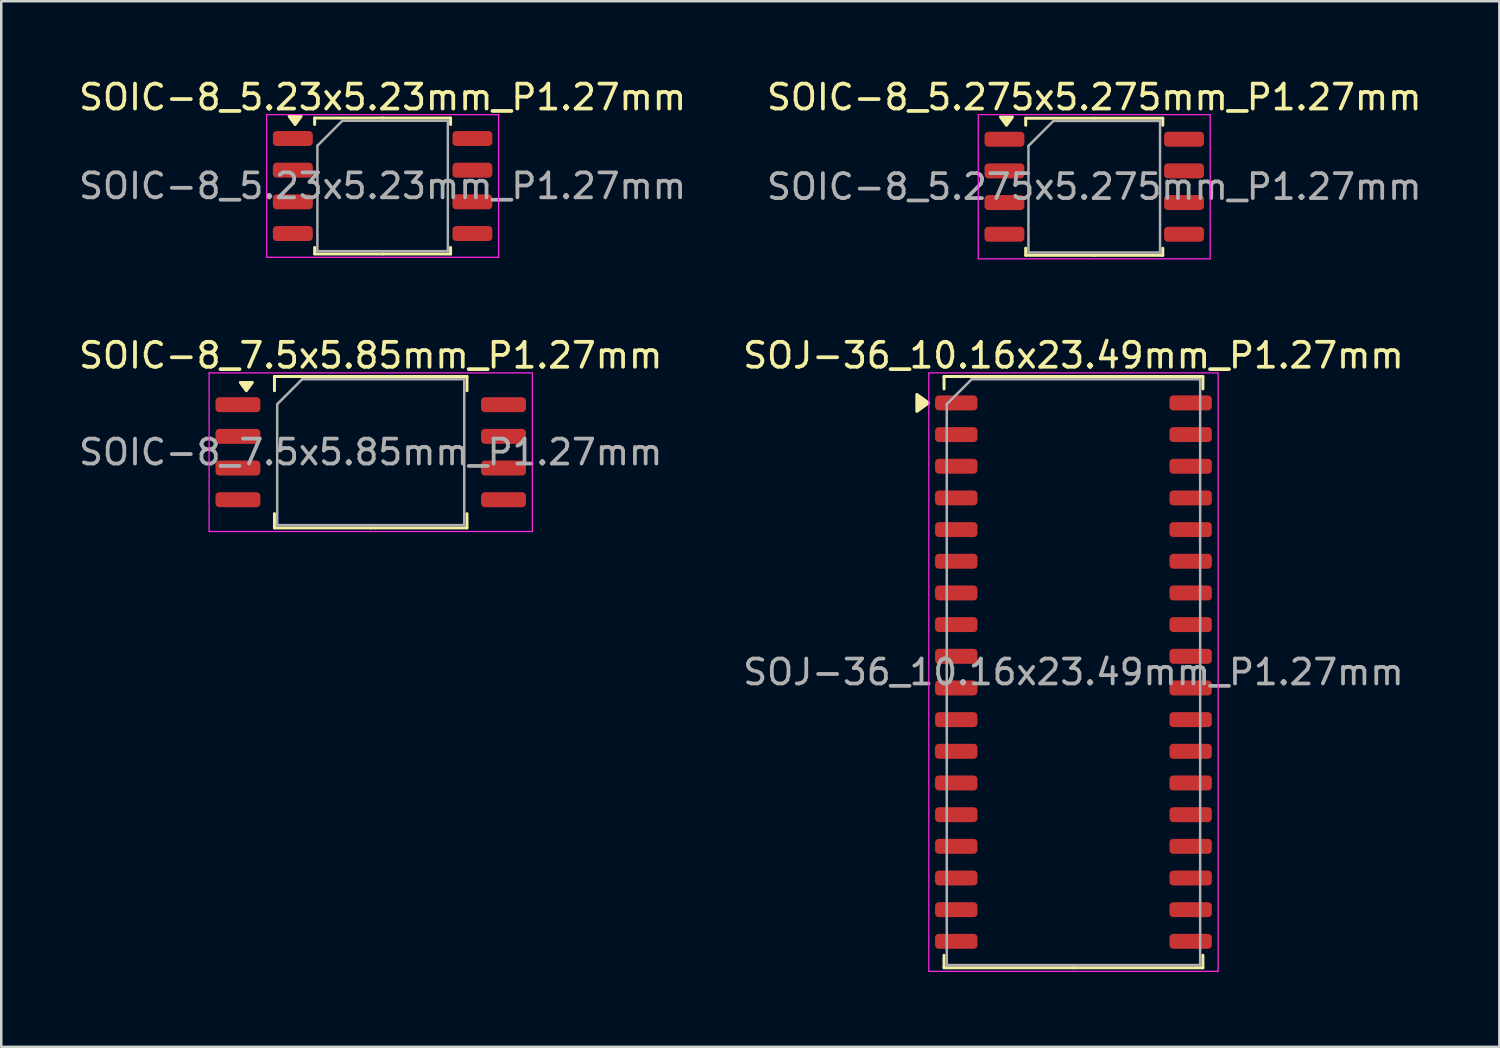
<source format=kicad_pcb>
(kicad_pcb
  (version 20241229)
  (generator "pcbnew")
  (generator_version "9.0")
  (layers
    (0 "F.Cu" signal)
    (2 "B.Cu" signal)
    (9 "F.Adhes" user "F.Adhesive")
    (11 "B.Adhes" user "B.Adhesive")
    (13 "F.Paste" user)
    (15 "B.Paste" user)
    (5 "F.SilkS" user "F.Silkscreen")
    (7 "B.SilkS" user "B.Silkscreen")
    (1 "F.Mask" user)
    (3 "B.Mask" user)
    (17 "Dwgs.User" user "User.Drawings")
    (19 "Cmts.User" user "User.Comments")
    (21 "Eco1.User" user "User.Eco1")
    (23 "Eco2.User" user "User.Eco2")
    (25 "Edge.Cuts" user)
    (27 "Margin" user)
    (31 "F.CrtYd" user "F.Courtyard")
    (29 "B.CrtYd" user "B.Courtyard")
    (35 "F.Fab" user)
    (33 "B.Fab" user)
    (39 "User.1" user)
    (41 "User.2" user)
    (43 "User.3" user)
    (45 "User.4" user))
  (footprint "SOIC-8_5.275x5.275mm_P1.27mm"
    (layer "F.Cu")
    (at 40.827 4.438)
    (property "Reference" "SOIC-8_5.275x5.275mm_P1.27mm" (at 0 -3.59 0) (layer "F.SilkS") (effects (font (size 1 1) (thickness 0.15))))
    (attr smd)
    (fp_line (start -2.748 -2.748) (end -2.748 -2.465) (stroke (width 0.12) (type solid)) (layer "F.SilkS"))
    (fp_line (start -2.748 2.748) (end -2.748 2.465) (stroke (width 0.12) (type solid)) (layer "F.SilkS"))
    (fp_line (start 0 -2.748) (end -2.748 -2.748) (stroke (width 0.12) (type solid)) (layer "F.SilkS"))
    (fp_line (start 0 -2.748) (end 2.748 -2.748) (stroke (width 0.12) (type solid)) (layer "F.SilkS"))
    (fp_line (start 0 2.748) (end -2.748 2.748) (stroke (width 0.12) (type solid)) (layer "F.SilkS"))
    (fp_line (start 0 2.748) (end 2.748 2.748) (stroke (width 0.12) (type solid)) (layer "F.SilkS"))
    (fp_line (start 2.748 -2.748) (end 2.748 -2.465) (stroke (width 0.12) (type solid)) (layer "F.SilkS"))
    (fp_line (start 2.748 2.748) (end 2.748 2.465) (stroke (width 0.12) (type solid)) (layer "F.SilkS"))
    (fp_poly (pts (xy -3.519 -2.465) (xy -3.759 -2.795) (xy -3.279 -2.795) (xy -3.519 -2.465)) (stroke (width 0.12) (type solid)) (fill yes) (layer "F.SilkS"))
    (fp_line (start -4.65 -2.89) (end -4.65 2.89) (stroke (width 0.05) (type solid)) (layer "F.CrtYd"))
    (fp_line (start -4.65 2.89) (end 4.65 2.89) (stroke (width 0.05) (type solid)) (layer "F.CrtYd"))
    (fp_line (start 4.65 -2.89) (end -4.65 -2.89) (stroke (width 0.05) (type solid)) (layer "F.CrtYd"))
    (fp_line (start 4.65 2.89) (end 4.65 -2.89) (stroke (width 0.05) (type solid)) (layer "F.CrtYd"))
    (fp_line (start -2.638 -1.637) (end -1.637 -2.638) (stroke (width 0.1) (type solid)) (layer "F.Fab"))
    (fp_line (start -2.638 2.638) (end -2.638 -1.637) (stroke (width 0.1) (type solid)) (layer "F.Fab"))
    (fp_line (start -1.637 -2.638) (end 2.638 -2.638) (stroke (width 0.1) (type solid)) (layer "F.Fab"))
    (fp_line (start 2.638 -2.638) (end 2.638 2.638) (stroke (width 0.1) (type solid)) (layer "F.Fab"))
    (fp_line (start 2.638 2.638) (end -2.638 2.638) (stroke (width 0.1) (type solid)) (layer "F.Fab"))
    (fp_text user "${REFERENCE}" (at 0 0 0) (layer "F.Fab") (effects (font (size 1 1) (thickness 0.15))))
    (pad "1" smd roundrect (at -3.6 -1.905) (size 1.6 0.6) (layers "F.Cu" "F.Mask" "F.Paste") (roundrect_rratio 0.25))
    (pad "2" smd roundrect (at -3.6 -0.635) (size 1.6 0.6) (layers "F.Cu" "F.Mask" "F.Paste") (roundrect_rratio 0.25))
    (pad "3" smd roundrect (at -3.6 0.635) (size 1.6 0.6) (layers "F.Cu" "F.Mask" "F.Paste") (roundrect_rratio 0.25))
    (pad "4" smd roundrect (at -3.6 1.905) (size 1.6 0.6) (layers "F.Cu" "F.Mask" "F.Paste") (roundrect_rratio 0.25))
    (pad "5" smd roundrect (at 3.6 1.905) (size 1.6 0.6) (layers "F.Cu" "F.Mask" "F.Paste") (roundrect_rratio 0.25))
    (pad "6" smd roundrect (at 3.6 0.635) (size 1.6 0.6) (layers "F.Cu" "F.Mask" "F.Paste") (roundrect_rratio 0.25))
    (pad "7" smd roundrect (at 3.6 -0.635) (size 1.6 0.6) (layers "F.Cu" "F.Mask" "F.Paste") (roundrect_rratio 0.25))
    (pad "8" smd roundrect (at 3.6 -1.905) (size 1.6 0.6) (layers "F.Cu" "F.Mask" "F.Paste") (roundrect_rratio 0.25)))
  (footprint "SOJ-36_10.16x23.49mm_P1.27mm"
    (layer "F.Cu")
    (at 39.994 23.901)
    (property "Reference" "SOJ-36_10.16x23.49mm_P1.27mm" (at 0 -12.7 0) (layer "F.SilkS") (effects (font (size 1 1) (thickness 0.15))))
    (attr smd)
    (fp_line (start -5.19 -11.855) (end -5.19 -11.355) (stroke (width 0.12) (type solid)) (layer "F.SilkS"))
    (fp_line (start -5.19 11.855) (end -5.19 11.355) (stroke (width 0.12) (type solid)) (layer "F.SilkS"))
    (fp_line (start 0 -11.855) (end -5.19 -11.855) (stroke (width 0.12) (type solid)) (layer "F.SilkS"))
    (fp_line (start 0 -11.855) (end 5.19 -11.855) (stroke (width 0.12) (type solid)) (layer "F.SilkS"))
    (fp_line (start 0 11.855) (end -5.19 11.855) (stroke (width 0.12) (type solid)) (layer "F.SilkS"))
    (fp_line (start 0 11.855) (end 5.19 11.855) (stroke (width 0.12) (type solid)) (layer "F.SilkS"))
    (fp_line (start 5.19 -11.855) (end 5.19 -11.355) (stroke (width 0.12) (type solid)) (layer "F.SilkS"))
    (fp_line (start 5.19 11.855) (end 5.19 11.355) (stroke (width 0.12) (type solid)) (layer "F.SilkS"))
    (fp_poly (pts (xy -5.81 -10.795) (xy -6.28 -11.135) (xy -6.28 -10.455) (xy -5.81 -10.795)) (stroke (width 0.12) (type solid)) (fill yes) (layer "F.SilkS"))
    (fp_line (start -5.8 -12) (end -5.8 12) (stroke (width 0.05) (type solid)) (layer "F.CrtYd"))
    (fp_line (start -5.8 12) (end 5.8 12) (stroke (width 0.05) (type solid)) (layer "F.CrtYd"))
    (fp_line (start 5.8 -12) (end -5.8 -12) (stroke (width 0.05) (type solid)) (layer "F.CrtYd"))
    (fp_line (start 5.8 12) (end 5.8 -12) (stroke (width 0.05) (type solid)) (layer "F.CrtYd"))
    (fp_line (start -5.08 -10.745) (end -4.08 -11.745) (stroke (width 0.1) (type solid)) (layer "F.Fab"))
    (fp_line (start -5.08 11.745) (end -5.08 -10.745) (stroke (width 0.1) (type solid)) (layer "F.Fab"))
    (fp_line (start -4.08 -11.745) (end 5.08 -11.745) (stroke (width 0.1) (type solid)) (layer "F.Fab"))
    (fp_line (start 5.08 -11.745) (end 5.08 11.745) (stroke (width 0.1) (type solid)) (layer "F.Fab"))
    (fp_line (start 5.08 11.745) (end -5.08 11.745) (stroke (width 0.1) (type solid)) (layer "F.Fab"))
    (fp_text user "${REFERENCE}" (at 0 0 0) (layer "F.Fab") (effects (font (size 1 1) (thickness 0.15))))
    (pad "1" smd roundrect (at -4.7 -10.795) (size 1.7 0.6) (layers "F.Cu" "F.Mask" "F.Paste") (roundrect_rratio 0.25))
    (pad "2" smd roundrect (at -4.7 -9.525) (size 1.7 0.6) (layers "F.Cu" "F.Mask" "F.Paste") (roundrect_rratio 0.25))
    (pad "3" smd roundrect (at -4.7 -8.255) (size 1.7 0.6) (layers "F.Cu" "F.Mask" "F.Paste") (roundrect_rratio 0.25))
    (pad "4" smd roundrect (at -4.7 -6.985) (size 1.7 0.6) (layers "F.Cu" "F.Mask" "F.Paste") (roundrect_rratio 0.25))
    (pad "5" smd roundrect (at -4.7 -5.715) (size 1.7 0.6) (layers "F.Cu" "F.Mask" "F.Paste") (roundrect_rratio 0.25))
    (pad "6" smd roundrect (at -4.7 -4.445) (size 1.7 0.6) (layers "F.Cu" "F.Mask" "F.Paste") (roundrect_rratio 0.25))
    (pad "7" smd roundrect (at -4.7 -3.175) (size 1.7 0.6) (layers "F.Cu" "F.Mask" "F.Paste") (roundrect_rratio 0.25))
    (pad "8" smd roundrect (at -4.7 -1.905) (size 1.7 0.6) (layers "F.Cu" "F.Mask" "F.Paste") (roundrect_rratio 0.25))
    (pad "9" smd roundrect (at -4.7 -0.635) (size 1.7 0.6) (layers "F.Cu" "F.Mask" "F.Paste") (roundrect_rratio 0.25))
    (pad "10" smd roundrect (at -4.7 0.635) (size 1.7 0.6) (layers "F.Cu" "F.Mask" "F.Paste") (roundrect_rratio 0.25))
    (pad "11" smd roundrect (at -4.7 1.905) (size 1.7 0.6) (layers "F.Cu" "F.Mask" "F.Paste") (roundrect_rratio 0.25))
    (pad "12" smd roundrect (at -4.7 3.175) (size 1.7 0.6) (layers "F.Cu" "F.Mask" "F.Paste") (roundrect_rratio 0.25))
    (pad "13" smd roundrect (at -4.7 4.445) (size 1.7 0.6) (layers "F.Cu" "F.Mask" "F.Paste") (roundrect_rratio 0.25))
    (pad "14" smd roundrect (at -4.7 5.715) (size 1.7 0.6) (layers "F.Cu" "F.Mask" "F.Paste") (roundrect_rratio 0.25))
    (pad "15" smd roundrect (at -4.7 6.985) (size 1.7 0.6) (layers "F.Cu" "F.Mask" "F.Paste") (roundrect_rratio 0.25))
    (pad "16" smd roundrect (at -4.7 8.255) (size 1.7 0.6) (layers "F.Cu" "F.Mask" "F.Paste") (roundrect_rratio 0.25))
    (pad "17" smd roundrect (at -4.7 9.525) (size 1.7 0.6) (layers "F.Cu" "F.Mask" "F.Paste") (roundrect_rratio 0.25))
    (pad "18" smd roundrect (at -4.7 10.795) (size 1.7 0.6) (layers "F.Cu" "F.Mask" "F.Paste") (roundrect_rratio 0.25))
    (pad "19" smd roundrect (at 4.7 10.795) (size 1.7 0.6) (layers "F.Cu" "F.Mask" "F.Paste") (roundrect_rratio 0.25))
    (pad "20" smd roundrect (at 4.7 9.525) (size 1.7 0.6) (layers "F.Cu" "F.Mask" "F.Paste") (roundrect_rratio 0.25))
    (pad "21" smd roundrect (at 4.7 8.255) (size 1.7 0.6) (layers "F.Cu" "F.Mask" "F.Paste") (roundrect_rratio 0.25))
    (pad "22" smd roundrect (at 4.7 6.985) (size 1.7 0.6) (layers "F.Cu" "F.Mask" "F.Paste") (roundrect_rratio 0.25))
    (pad "23" smd roundrect (at 4.7 5.715) (size 1.7 0.6) (layers "F.Cu" "F.Mask" "F.Paste") (roundrect_rratio 0.25))
    (pad "24" smd roundrect (at 4.7 4.445) (size 1.7 0.6) (layers "F.Cu" "F.Mask" "F.Paste") (roundrect_rratio 0.25))
    (pad "25" smd roundrect (at 4.7 3.175) (size 1.7 0.6) (layers "F.Cu" "F.Mask" "F.Paste") (roundrect_rratio 0.25))
    (pad "26" smd roundrect (at 4.7 1.905) (size 1.7 0.6) (layers "F.Cu" "F.Mask" "F.Paste") (roundrect_rratio 0.25))
    (pad "27" smd roundrect (at 4.7 0.635) (size 1.7 0.6) (layers "F.Cu" "F.Mask" "F.Paste") (roundrect_rratio 0.25))
    (pad "28" smd roundrect (at 4.7 -0.635) (size 1.7 0.6) (layers "F.Cu" "F.Mask" "F.Paste") (roundrect_rratio 0.25))
    (pad "29" smd roundrect (at 4.7 -1.905) (size 1.7 0.6) (layers "F.Cu" "F.Mask" "F.Paste") (roundrect_rratio 0.25))
    (pad "30" smd roundrect (at 4.7 -3.175) (size 1.7 0.6) (layers "F.Cu" "F.Mask" "F.Paste") (roundrect_rratio 0.25))
    (pad "31" smd roundrect (at 4.7 -4.445) (size 1.7 0.6) (layers "F.Cu" "F.Mask" "F.Paste") (roundrect_rratio 0.25))
    (pad "32" smd roundrect (at 4.7 -5.715) (size 1.7 0.6) (layers "F.Cu" "F.Mask" "F.Paste") (roundrect_rratio 0.25))
    (pad "33" smd roundrect (at 4.7 -6.985) (size 1.7 0.6) (layers "F.Cu" "F.Mask" "F.Paste") (roundrect_rratio 0.25))
    (pad "34" smd roundrect (at 4.7 -8.255) (size 1.7 0.6) (layers "F.Cu" "F.Mask" "F.Paste") (roundrect_rratio 0.25))
    (pad "35" smd roundrect (at 4.7 -9.525) (size 1.7 0.6) (layers "F.Cu" "F.Mask" "F.Paste") (roundrect_rratio 0.25))
    (pad "36" smd roundrect (at 4.7 -10.795) (size 1.7 0.6) (layers "F.Cu" "F.Mask" "F.Paste") (roundrect_rratio 0.25)))
  (footprint "SOIC-8_5.23x5.23mm_P1.27mm"
    (layer "F.Cu")
    (at 12.292 4.408)
    (property "Reference" "SOIC-8_5.23x5.23mm_P1.27mm" (at 0 -3.56 0) (layer "F.SilkS") (effects (font (size 1 1) (thickness 0.15))))
    (attr smd)
    (fp_line (start -2.725 -2.725) (end -2.725 -2.465) (stroke (width 0.12) (type solid)) (layer "F.SilkS"))
    (fp_line (start -2.725 2.725) (end -2.725 2.465) (stroke (width 0.12) (type solid)) (layer "F.SilkS"))
    (fp_line (start 0 -2.725) (end -2.725 -2.725) (stroke (width 0.12) (type solid)) (layer "F.SilkS"))
    (fp_line (start 0 -2.725) (end 2.725 -2.725) (stroke (width 0.12) (type solid)) (layer "F.SilkS"))
    (fp_line (start 0 2.725) (end -2.725 2.725) (stroke (width 0.12) (type solid)) (layer "F.SilkS"))
    (fp_line (start 0 2.725) (end 2.725 2.725) (stroke (width 0.12) (type solid)) (layer "F.SilkS"))
    (fp_line (start 2.725 -2.725) (end 2.725 -2.465) (stroke (width 0.12) (type solid)) (layer "F.SilkS"))
    (fp_line (start 2.725 2.725) (end 2.725 2.465) (stroke (width 0.12) (type solid)) (layer "F.SilkS"))
    (fp_poly (pts (xy -3.507 -2.465) (xy -3.748 -2.795) (xy -3.268 -2.795) (xy -3.507 -2.465)) (stroke (width 0.12) (type solid)) (fill yes) (layer "F.SilkS"))
    (fp_line (start -4.65 -2.86) (end -4.65 2.86) (stroke (width 0.05) (type solid)) (layer "F.CrtYd"))
    (fp_line (start -4.65 2.86) (end 4.65 2.86) (stroke (width 0.05) (type solid)) (layer "F.CrtYd"))
    (fp_line (start 4.65 -2.86) (end -4.65 -2.86) (stroke (width 0.05) (type solid)) (layer "F.CrtYd"))
    (fp_line (start 4.65 2.86) (end 4.65 -2.86) (stroke (width 0.05) (type solid)) (layer "F.CrtYd"))
    (fp_line (start -2.615 -1.615) (end -1.615 -2.615) (stroke (width 0.1) (type solid)) (layer "F.Fab"))
    (fp_line (start -2.615 2.615) (end -2.615 -1.615) (stroke (width 0.1) (type solid)) (layer "F.Fab"))
    (fp_line (start -1.615 -2.615) (end 2.615 -2.615) (stroke (width 0.1) (type solid)) (layer "F.Fab"))
    (fp_line (start 2.615 -2.615) (end 2.615 2.615) (stroke (width 0.1) (type solid)) (layer "F.Fab"))
    (fp_line (start 2.615 2.615) (end -2.615 2.615) (stroke (width 0.1) (type solid)) (layer "F.Fab"))
    (fp_text user "${REFERENCE}" (at 0 0 0) (layer "F.Fab") (effects (font (size 1 1) (thickness 0.15))))
    (pad "1" smd roundrect (at -3.6 -1.905) (size 1.6 0.6) (layers "F.Cu" "F.Mask" "F.Paste") (roundrect_rratio 0.25))
    (pad "2" smd roundrect (at -3.6 -0.635) (size 1.6 0.6) (layers "F.Cu" "F.Mask" "F.Paste") (roundrect_rratio 0.25))
    (pad "3" smd roundrect (at -3.6 0.635) (size 1.6 0.6) (layers "F.Cu" "F.Mask" "F.Paste") (roundrect_rratio 0.25))
    (pad "4" smd roundrect (at -3.6 1.905) (size 1.6 0.6) (layers "F.Cu" "F.Mask" "F.Paste") (roundrect_rratio 0.25))
    (pad "5" smd roundrect (at 3.6 1.905) (size 1.6 0.6) (layers "F.Cu" "F.Mask" "F.Paste") (roundrect_rratio 0.25))
    (pad "6" smd roundrect (at 3.6 0.635) (size 1.6 0.6) (layers "F.Cu" "F.Mask" "F.Paste") (roundrect_rratio 0.25))
    (pad "7" smd roundrect (at 3.6 -0.635) (size 1.6 0.6) (layers "F.Cu" "F.Mask" "F.Paste") (roundrect_rratio 0.25))
    (pad "8" smd roundrect (at 3.6 -1.905) (size 1.6 0.6) (layers "F.Cu" "F.Mask" "F.Paste") (roundrect_rratio 0.25)))
  (footprint "SOIC-8_7.5x5.85mm_P1.27mm"
    (layer "F.Cu")
    (at 11.815 15.082)
    (property "Reference" "SOIC-8_7.5x5.85mm_P1.27mm" (at 0 -3.88 0) (layer "F.SilkS") (effects (font (size 1 1) (thickness 0.15))))
    (attr smd)
    (fp_line (start -3.86 -3.035) (end -3.86 -2.465) (stroke (width 0.12) (type solid)) (layer "F.SilkS"))
    (fp_line (start -3.86 3.035) (end -3.86 2.465) (stroke (width 0.12) (type solid)) (layer "F.SilkS"))
    (fp_line (start 0 -3.035) (end -3.86 -3.035) (stroke (width 0.12) (type solid)) (layer "F.SilkS"))
    (fp_line (start 0 -3.035) (end 3.86 -3.035) (stroke (width 0.12) (type solid)) (layer "F.SilkS"))
    (fp_line (start 0 3.035) (end -3.86 3.035) (stroke (width 0.12) (type solid)) (layer "F.SilkS"))
    (fp_line (start 0 3.035) (end 3.86 3.035) (stroke (width 0.12) (type solid)) (layer "F.SilkS"))
    (fp_line (start 3.86 -3.035) (end 3.86 -2.465) (stroke (width 0.12) (type solid)) (layer "F.SilkS"))
    (fp_line (start 3.86 3.035) (end 3.86 2.465) (stroke (width 0.12) (type solid)) (layer "F.SilkS"))
    (fp_poly (pts (xy -4.987 -2.465) (xy -5.228 -2.795) (xy -4.747 -2.795) (xy -4.987 -2.465)) (stroke (width 0.12) (type solid)) (fill yes) (layer "F.SilkS"))
    (fp_line (start -6.48 -3.18) (end -6.48 3.18) (stroke (width 0.05) (type solid)) (layer "F.CrtYd"))
    (fp_line (start -6.48 3.18) (end 6.48 3.18) (stroke (width 0.05) (type solid)) (layer "F.CrtYd"))
    (fp_line (start 6.48 -3.18) (end -6.48 -3.18) (stroke (width 0.05) (type solid)) (layer "F.CrtYd"))
    (fp_line (start 6.48 3.18) (end 6.48 -3.18) (stroke (width 0.05) (type solid)) (layer "F.CrtYd"))
    (fp_line (start -3.75 -1.925) (end -2.75 -2.925) (stroke (width 0.1) (type solid)) (layer "F.Fab"))
    (fp_line (start -3.75 2.925) (end -3.75 -1.925) (stroke (width 0.1) (type solid)) (layer "F.Fab"))
    (fp_line (start -2.75 -2.925) (end 3.75 -2.925) (stroke (width 0.1) (type solid)) (layer "F.Fab"))
    (fp_line (start 3.75 -2.925) (end 3.75 2.925) (stroke (width 0.1) (type solid)) (layer "F.Fab"))
    (fp_line (start 3.75 2.925) (end -3.75 2.925) (stroke (width 0.1) (type solid)) (layer "F.Fab"))
    (fp_text user "${REFERENCE}" (at 0 0 0) (layer "F.Fab") (effects (font (size 1 1) (thickness 0.15))))
    (pad "1" smd roundrect (at -5.325 -1.905) (size 1.8 0.6) (layers "F.Cu" "F.Mask" "F.Paste") (roundrect_rratio 0.25))
    (pad "2" smd roundrect (at -5.325 -0.635) (size 1.8 0.6) (layers "F.Cu" "F.Mask" "F.Paste") (roundrect_rratio 0.25))
    (pad "3" smd roundrect (at -5.325 0.635) (size 1.8 0.6) (layers "F.Cu" "F.Mask" "F.Paste") (roundrect_rratio 0.25))
    (pad "4" smd roundrect (at -5.325 1.905) (size 1.8 0.6) (layers "F.Cu" "F.Mask" "F.Paste") (roundrect_rratio 0.25))
    (pad "5" smd roundrect (at 5.325 1.905) (size 1.8 0.6) (layers "F.Cu" "F.Mask" "F.Paste") (roundrect_rratio 0.25))
    (pad "6" smd roundrect (at 5.325 0.635) (size 1.8 0.6) (layers "F.Cu" "F.Mask" "F.Paste") (roundrect_rratio 0.25))
    (pad "7" smd roundrect (at 5.325 -0.635) (size 1.8 0.6) (layers "F.Cu" "F.Mask" "F.Paste") (roundrect_rratio 0.25))
    (pad "8" smd roundrect (at 5.325 -1.905) (size 1.8 0.6) (layers "F.Cu" "F.Mask" "F.Paste") (roundrect_rratio 0.25)))
  (gr_rect
    (start -3 -3)
    (end 57.071 38.926)
    (stroke (width 0.1) (type default))
    (fill no)
    (layer "Edge.Cuts")))
</source>
